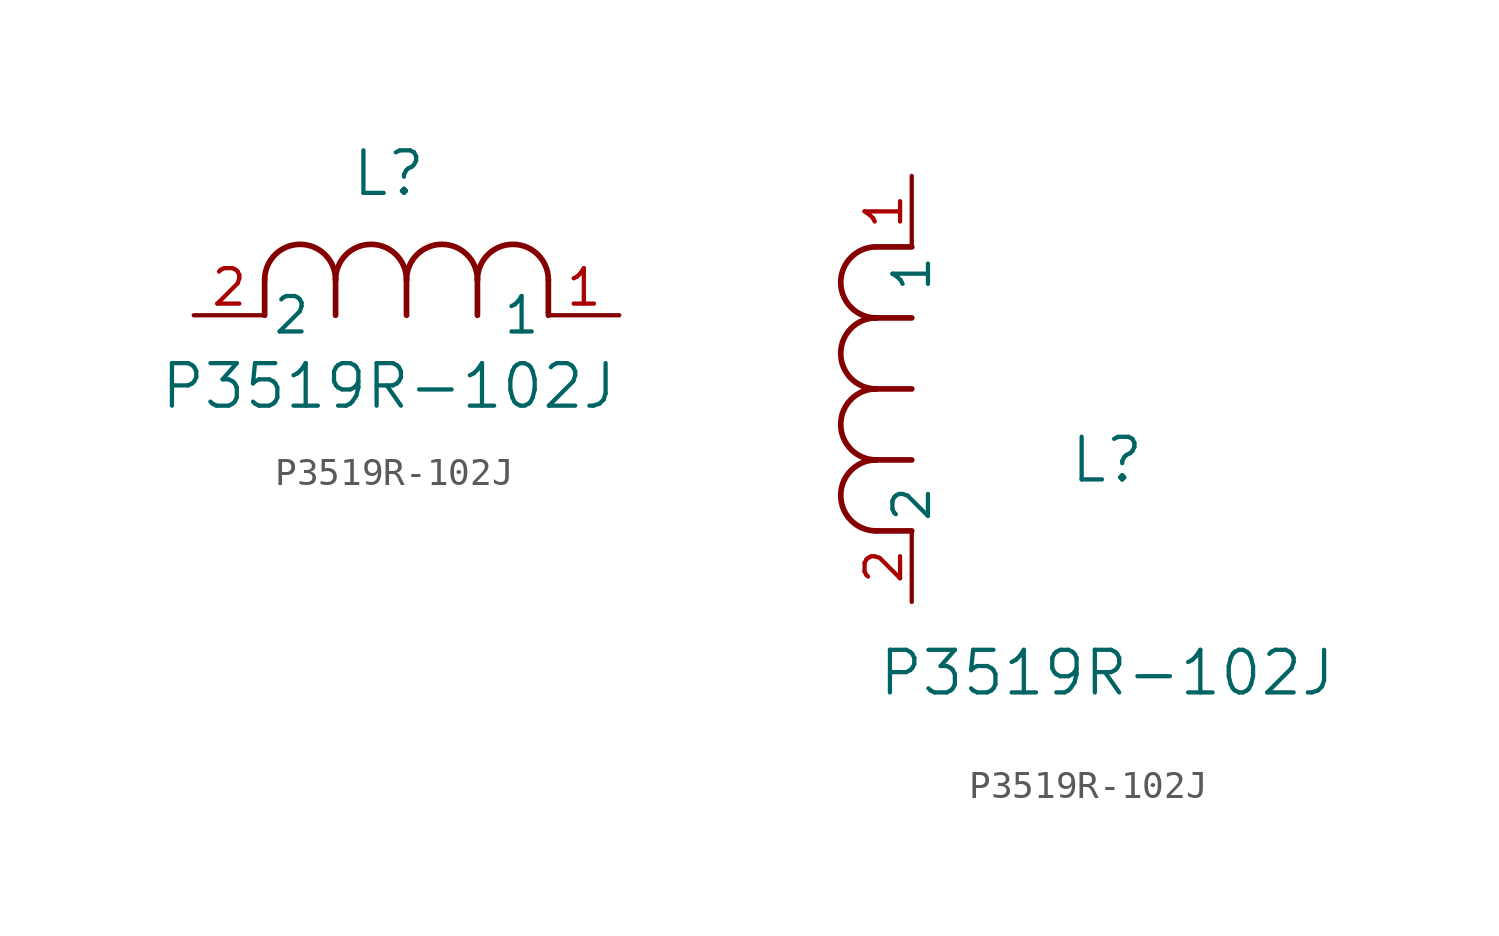
<source format=kicad_sym>
(kicad_symbol_lib
  (version 20211014)
  (generator kicad_symbol_editor)
  (symbol "P3519R-102J"
    (pin_names
      (offset 0.254))
    (property "Reference" "L"
      (at 6.985 5.08 0)
      (effects (font (size 1.524 1.524))))
    (property "Value" "P3519R-102J"
      (at 6.985 -2.54 0)
      (effects (font (size 1.524 1.524))))
    (symbol "P3519R-102J_1_1"
      (arc (start 7.62 1.27) (mid 6.35 2.54) (end 5.08 1.27) (stroke (width 0.2032) (type default) (color 0 0 0 0)) (fill (type none)))
      (polyline (pts (xy 5.08 0) (xy 5.08 1.27)) (stroke (width 0.203) (type default) (color 0 0 0 0)) (fill (type none)))
      (polyline (pts (xy 7.62 0) (xy 7.62 1.27)) (stroke (width 0.203) (type default) (color 0 0 0 0)) (fill (type none)))
      (polyline (pts (xy 12.7 0) (xy 12.7 1.27)) (stroke (width 0.203) (type default) (color 0 0 0 0)) (fill (type none)))
      (arc (start 5.08 1.27) (mid 3.81 2.54) (end 2.54 1.27) (stroke (width 0.2032) (type default) (color 0 0 0 0)) (fill (type none)))
      (arc (start 10.16 1.27) (mid 8.89 2.54) (end 7.62 1.27) (stroke (width 0.2032) (type default) (color 0 0 0 0)) (fill (type none)))
      (arc (start 12.7 1.27) (mid 11.43 2.54) (end 10.16 1.27) (stroke (width 0.2032) (type default) (color 0 0 0 0)) (fill (type none)))
      (polyline (pts (xy 2.54 0) (xy 2.54 1.27)) (stroke (width 0.203) (type default) (color 0 0 0 0)) (fill (type none)))
      (polyline (pts (xy 10.16 0) (xy 10.16 1.27)) (stroke (width 0.203) (type default) (color 0 0 0 0)) (fill (type none)))
      (pin unspecified line (at 0 0 0) (length 2.54) (name "2" (effects (font (size 1.27 1.27)))) (number "2" (effects (font (size 1.27 1.27)))))
      (pin unspecified line (at 15.24 0 180) (length 2.54) (name "1" (effects (font (size 1.27 1.27)))) (number "1" (effects (font (size 1.27 1.27))))))
    (symbol "P3519R-102J_1_2"
      (arc (start -1.27 7.62) (mid -2.54 6.35) (end -1.27 5.08) (stroke (width 0.2032) (type default) (color 0 0 0 0)) (fill (type none)))
      (arc (start -1.27 5.08) (mid -2.54 3.81) (end -1.27 2.54) (stroke (width 0.2032) (type default) (color 0 0 0 0)) (fill (type none)))
      (arc (start -1.27 12.7) (mid -2.54 11.43) (end -1.27 10.16) (stroke (width 0.2032) (type default) (color 0 0 0 0)) (fill (type none)))
      (arc (start -1.27 10.16) (mid -2.54 8.89) (end -1.27 7.62) (stroke (width 0.2032) (type default) (color 0 0 0 0)) (fill (type none)))
      (polyline (pts (xy 0 7.62) (xy -1.27 7.62)) (stroke (width 0.203) (type default) (color 0 0 0 0)) (fill (type none)))
      (polyline (pts (xy 0 5.08) (xy -1.27 5.08)) (stroke (width 0.203) (type default) (color 0 0 0 0)) (fill (type none)))
      (polyline (pts (xy 0 12.7) (xy -1.27 12.7)) (stroke (width 0.203) (type default) (color 0 0 0 0)) (fill (type none)))
      (polyline (pts (xy 0 2.54) (xy -1.27 2.54)) (stroke (width 0.203) (type default) (color 0 0 0 0)) (fill (type none)))
      (polyline (pts (xy 0 10.16) (xy -1.27 10.16)) (stroke (width 0.203) (type default) (color 0 0 0 0)) (fill (type none)))
      (pin unspecified line (at 0 0 90) (length 2.54) (name "2" (effects (font (size 1.27 1.27)))) (number "2" (effects (font (size 1.27 1.27)))))
      (pin unspecified line (at 0 15.24 270) (length 2.54) (name "1" (effects (font (size 1.27 1.27)))) (number "1" (effects (font (size 1.27 1.27))))))))
</source>
